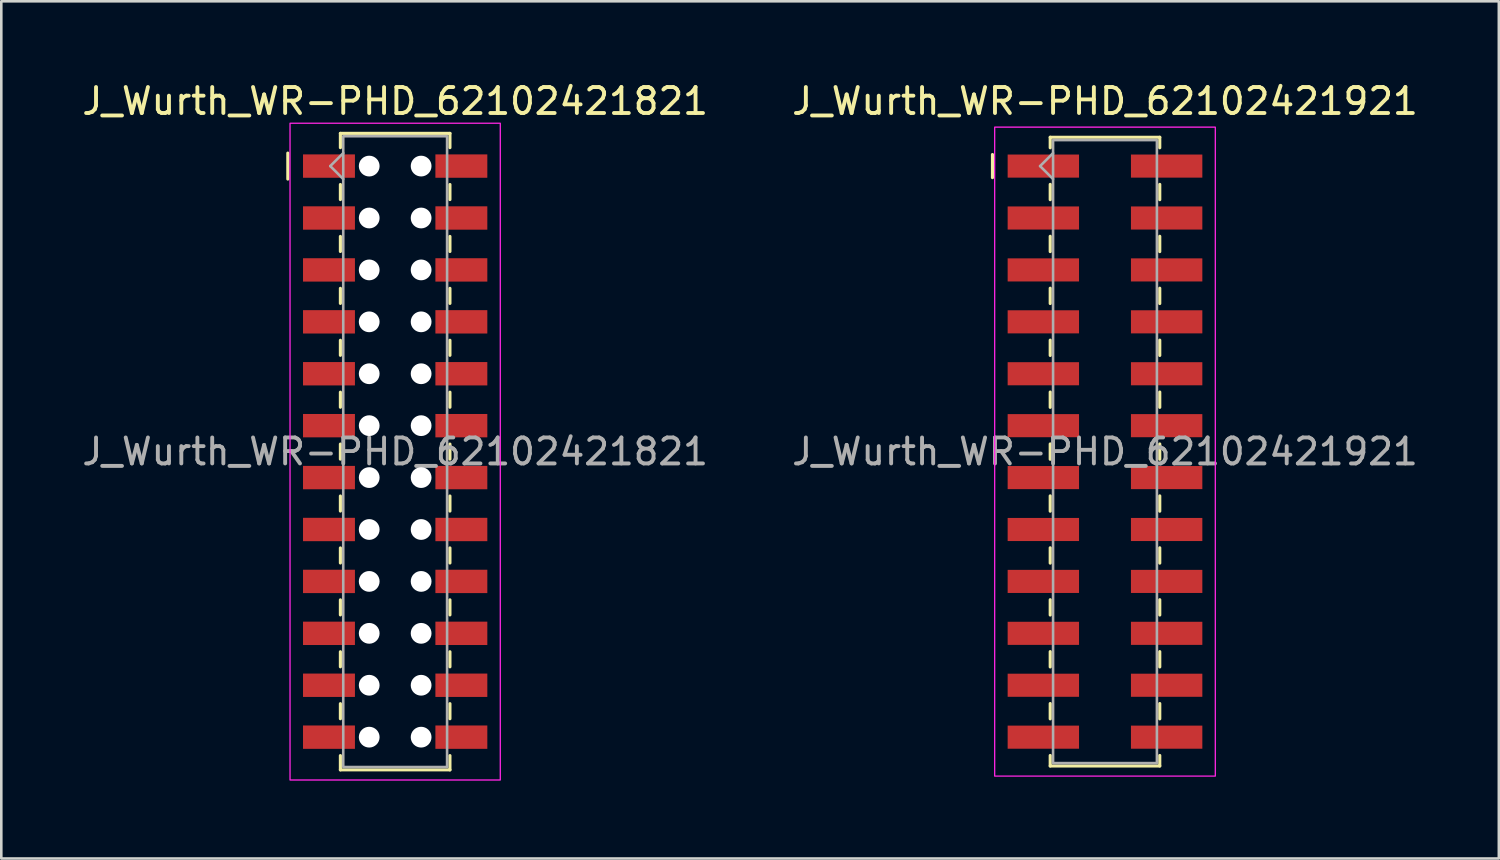
<source format=kicad_pcb>
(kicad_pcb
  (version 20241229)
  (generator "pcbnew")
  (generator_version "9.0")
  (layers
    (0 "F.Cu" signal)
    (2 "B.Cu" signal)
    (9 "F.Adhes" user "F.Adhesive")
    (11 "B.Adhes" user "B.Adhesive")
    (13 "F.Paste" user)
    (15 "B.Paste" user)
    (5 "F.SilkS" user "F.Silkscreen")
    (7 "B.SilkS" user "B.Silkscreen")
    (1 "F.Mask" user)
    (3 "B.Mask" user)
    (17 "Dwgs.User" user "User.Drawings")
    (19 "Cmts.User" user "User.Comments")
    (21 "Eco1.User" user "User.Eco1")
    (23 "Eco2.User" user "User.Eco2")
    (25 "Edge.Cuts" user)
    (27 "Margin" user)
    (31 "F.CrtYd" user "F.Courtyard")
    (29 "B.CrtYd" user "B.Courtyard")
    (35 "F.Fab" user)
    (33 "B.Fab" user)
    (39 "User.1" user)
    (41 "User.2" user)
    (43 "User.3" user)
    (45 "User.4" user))
  (footprint "J_Wurth_WR-PHD_62102421821"
    (layer "F.Cu")
    (at 12.173 14.348)
    (property "Reference" "J_Wurth_WR-PHD_62102421821" (at 0 -13.5 0) (unlocked yes) (layer "F.SilkS") (effects (font (size 1 1) (thickness 0.15))))
    (attr smd)
    (fp_line (start -4.135 -11.5) (end -4.135 -10.5) (stroke (width 0.12) (type solid)) (layer "F.SilkS"))
    (fp_line (start -2.11 -12.26) (end -2.11 -11.71) (stroke (width 0.12) (type solid)) (layer "F.SilkS"))
    (fp_line (start -2.11 -10.29) (end -2.11 -9.71) (stroke (width 0.12) (type solid)) (layer "F.SilkS"))
    (fp_line (start -2.11 -8.29) (end -2.11 -7.71) (stroke (width 0.12) (type solid)) (layer "F.SilkS"))
    (fp_line (start -2.11 -6.29) (end -2.11 -5.71) (stroke (width 0.12) (type solid)) (layer "F.SilkS"))
    (fp_line (start -2.11 -4.29) (end -2.11 -3.71) (stroke (width 0.12) (type solid)) (layer "F.SilkS"))
    (fp_line (start -2.11 -2.29) (end -2.11 -1.71) (stroke (width 0.12) (type solid)) (layer "F.SilkS"))
    (fp_line (start -2.11 -0.29) (end -2.11 0.29) (stroke (width 0.12) (type solid)) (layer "F.SilkS"))
    (fp_line (start -2.11 1.71) (end -2.11 2.29) (stroke (width 0.12) (type solid)) (layer "F.SilkS"))
    (fp_line (start -2.11 3.71) (end -2.11 4.29) (stroke (width 0.12) (type solid)) (layer "F.SilkS"))
    (fp_line (start -2.11 5.71) (end -2.11 6.29) (stroke (width 0.12) (type solid)) (layer "F.SilkS"))
    (fp_line (start -2.11 7.71) (end -2.11 8.29) (stroke (width 0.12) (type solid)) (layer "F.SilkS"))
    (fp_line (start -2.11 9.71) (end -2.11 10.29) (stroke (width 0.12) (type solid)) (layer "F.SilkS"))
    (fp_line (start -2.11 11.71) (end -2.11 12.26) (stroke (width 0.12) (type solid)) (layer "F.SilkS"))
    (fp_line (start -2.11 12.26) (end 2.11 12.26) (stroke (width 0.12) (type solid)) (layer "F.SilkS"))
    (fp_line (start 2.11 -12.26) (end -2.11 -12.26) (stroke (width 0.12) (type solid)) (layer "F.SilkS"))
    (fp_line (start 2.11 -12.26) (end 2.11 -11.71) (stroke (width 0.12) (type solid)) (layer "F.SilkS"))
    (fp_line (start 2.11 -10.29) (end 2.11 -9.71) (stroke (width 0.12) (type solid)) (layer "F.SilkS"))
    (fp_line (start 2.11 -8.29) (end 2.11 -7.71) (stroke (width 0.12) (type solid)) (layer "F.SilkS"))
    (fp_line (start 2.11 -6.29) (end 2.11 -5.71) (stroke (width 0.12) (type solid)) (layer "F.SilkS"))
    (fp_line (start 2.11 -4.29) (end 2.11 -3.71) (stroke (width 0.12) (type solid)) (layer "F.SilkS"))
    (fp_line (start 2.11 -2.29) (end 2.11 -1.71) (stroke (width 0.12) (type solid)) (layer "F.SilkS"))
    (fp_line (start 2.11 -0.29) (end 2.11 0.29) (stroke (width 0.12) (type solid)) (layer "F.SilkS"))
    (fp_line (start 2.11 1.71) (end 2.11 2.29) (stroke (width 0.12) (type solid)) (layer "F.SilkS"))
    (fp_line (start 2.11 3.71) (end 2.11 4.29) (stroke (width 0.12) (type solid)) (layer "F.SilkS"))
    (fp_line (start 2.11 5.71) (end 2.11 6.29) (stroke (width 0.12) (type solid)) (layer "F.SilkS"))
    (fp_line (start 2.11 7.71) (end 2.11 8.29) (stroke (width 0.12) (type solid)) (layer "F.SilkS"))
    (fp_line (start 2.11 9.71) (end 2.11 10.29) (stroke (width 0.12) (type solid)) (layer "F.SilkS"))
    (fp_line (start 2.11 11.71) (end 2.11 12.26) (stroke (width 0.12) (type solid)) (layer "F.SilkS"))
    (fp_rect (start -4.05 -12.65) (end 4.05 12.65) (stroke (width 0.05) (type solid)) (fill no) (layer "F.CrtYd"))
    (fp_line (start -2.5 -11) (end -2 -10.5) (stroke (width 0.1) (type default)) (layer "F.Fab"))
    (fp_line (start -2 -11.5) (end -2.5 -11) (stroke (width 0.1) (type default)) (layer "F.Fab"))
    (fp_rect (start -2 -12.15) (end 2 12.15) (stroke (width 0.1) (type solid)) (fill no) (layer "F.Fab"))
    (fp_text user "${REFERENCE}" (at 0 0 0) (unlocked yes) (layer "F.Fab") (effects (font (size 1 1) (thickness 0.15))))
    (pad "" np_thru_hole circle (at -1 -11 270) (size 0.8 0.8) (drill 0.8) (layers "*.Cu" "*.Mask"))
    (pad "" np_thru_hole circle (at -1 -9 270) (size 0.8 0.8) (drill 0.8) (layers "*.Cu" "*.Mask"))
    (pad "" np_thru_hole circle (at -1 -7 270) (size 0.8 0.8) (drill 0.8) (layers "*.Cu" "*.Mask"))
    (pad "" np_thru_hole circle (at -1 -5 270) (size 0.8 0.8) (drill 0.8) (layers "*.Cu" "*.Mask"))
    (pad "" np_thru_hole circle (at -1 -3 270) (size 0.8 0.8) (drill 0.8) (layers "*.Cu" "*.Mask"))
    (pad "" np_thru_hole circle (at -1 -1 270) (size 0.8 0.8) (drill 0.8) (layers "*.Cu" "*.Mask"))
    (pad "" np_thru_hole circle (at -1 1 270) (size 0.8 0.8) (drill 0.8) (layers "*.Cu" "*.Mask"))
    (pad "" np_thru_hole circle (at -1 3 270) (size 0.8 0.8) (drill 0.8) (layers "*.Cu" "*.Mask"))
    (pad "" np_thru_hole circle (at -1 5 270) (size 0.8 0.8) (drill 0.8) (layers "*.Cu" "*.Mask"))
    (pad "" np_thru_hole circle (at -1 7 270) (size 0.8 0.8) (drill 0.8) (layers "*.Cu" "*.Mask"))
    (pad "" np_thru_hole circle (at -1 9 270) (size 0.8 0.8) (drill 0.8) (layers "*.Cu" "*.Mask"))
    (pad "" np_thru_hole circle (at -1 11 270) (size 0.8 0.8) (drill 0.8) (layers "*.Cu" "*.Mask"))
    (pad "" np_thru_hole circle (at 1 -11 270) (size 0.8 0.8) (drill 0.8) (layers "*.Cu" "*.Mask"))
    (pad "" np_thru_hole circle (at 1 -9 270) (size 0.8 0.8) (drill 0.8) (layers "*.Cu" "*.Mask"))
    (pad "" np_thru_hole circle (at 1 -7 270) (size 0.8 0.8) (drill 0.8) (layers "*.Cu" "*.Mask"))
    (pad "" np_thru_hole circle (at 1 -5 270) (size 0.8 0.8) (drill 0.8) (layers "*.Cu" "*.Mask"))
    (pad "" np_thru_hole circle (at 1 -3 270) (size 0.8 0.8) (drill 0.8) (layers "*.Cu" "*.Mask"))
    (pad "" np_thru_hole circle (at 1 -1 270) (size 0.8 0.8) (drill 0.8) (layers "*.Cu" "*.Mask"))
    (pad "" np_thru_hole circle (at 1 1 270) (size 0.8 0.8) (drill 0.8) (layers "*.Cu" "*.Mask"))
    (pad "" np_thru_hole circle (at 1 3 270) (size 0.8 0.8) (drill 0.8) (layers "*.Cu" "*.Mask"))
    (pad "" np_thru_hole circle (at 1 5 270) (size 0.8 0.8) (drill 0.8) (layers "*.Cu" "*.Mask"))
    (pad "" np_thru_hole circle (at 1 7 270) (size 0.8 0.8) (drill 0.8) (layers "*.Cu" "*.Mask"))
    (pad "" np_thru_hole circle (at 1 9 270) (size 0.8 0.8) (drill 0.8) (layers "*.Cu" "*.Mask"))
    (pad "" np_thru_hole circle (at 1 11 270) (size 0.8 0.8) (drill 0.8) (layers "*.Cu" "*.Mask"))
    (pad "1" smd rect (at -2.55 -11 270) (size 0.9 2) (layers "F.Cu" "F.Mask" "F.Paste"))
    (pad "2" smd rect (at 2.55 -11 270) (size 0.9 2) (layers "F.Cu" "F.Mask" "F.Paste"))
    (pad "3" smd rect (at -2.55 -9 270) (size 0.9 2) (layers "F.Cu" "F.Mask" "F.Paste"))
    (pad "4" smd rect (at 2.55 -9 270) (size 0.9 2) (layers "F.Cu" "F.Mask" "F.Paste"))
    (pad "5" smd rect (at -2.55 -7 270) (size 0.9 2) (layers "F.Cu" "F.Mask" "F.Paste"))
    (pad "6" smd rect (at 2.55 -7 270) (size 0.9 2) (layers "F.Cu" "F.Mask" "F.Paste"))
    (pad "7" smd rect (at -2.55 -5 270) (size 0.9 2) (layers "F.Cu" "F.Mask" "F.Paste"))
    (pad "8" smd rect (at 2.55 -5 270) (size 0.9 2) (layers "F.Cu" "F.Mask" "F.Paste"))
    (pad "9" smd rect (at -2.55 -3 270) (size 0.9 2) (layers "F.Cu" "F.Mask" "F.Paste"))
    (pad "10" smd rect (at 2.55 -3 270) (size 0.9 2) (layers "F.Cu" "F.Mask" "F.Paste"))
    (pad "11" smd rect (at -2.55 -1 270) (size 0.9 2) (layers "F.Cu" "F.Mask" "F.Paste"))
    (pad "12" smd rect (at 2.55 -1 270) (size 0.9 2) (layers "F.Cu" "F.Mask" "F.Paste"))
    (pad "13" smd rect (at -2.55 1 270) (size 0.9 2) (layers "F.Cu" "F.Mask" "F.Paste"))
    (pad "14" smd rect (at 2.55 1 270) (size 0.9 2) (layers "F.Cu" "F.Mask" "F.Paste"))
    (pad "15" smd rect (at -2.55 3 270) (size 0.9 2) (layers "F.Cu" "F.Mask" "F.Paste"))
    (pad "16" smd rect (at 2.55 3 270) (size 0.9 2) (layers "F.Cu" "F.Mask" "F.Paste"))
    (pad "17" smd rect (at -2.55 5 270) (size 0.9 2) (layers "F.Cu" "F.Mask" "F.Paste"))
    (pad "18" smd rect (at 2.55 5 270) (size 0.9 2) (layers "F.Cu" "F.Mask" "F.Paste"))
    (pad "19" smd rect (at -2.55 7 270) (size 0.9 2) (layers "F.Cu" "F.Mask" "F.Paste"))
    (pad "20" smd rect (at 2.55 7 270) (size 0.9 2) (layers "F.Cu" "F.Mask" "F.Paste"))
    (pad "21" smd rect (at -2.55 9 270) (size 0.9 2) (layers "F.Cu" "F.Mask" "F.Paste"))
    (pad "22" smd rect (at 2.55 9 270) (size 0.9 2) (layers "F.Cu" "F.Mask" "F.Paste"))
    (pad "23" smd rect (at -2.55 11 270) (size 0.9 2) (layers "F.Cu" "F.Mask" "F.Paste"))
    (pad "24" smd rect (at 2.55 11 270) (size 0.9 2) (layers "F.Cu" "F.Mask" "F.Paste")))
  (footprint "J_Wurth_WR-PHD_62102421921"
    (layer "F.Cu")
    (at 39.518 14.348)
    (property "Reference" "J_Wurth_WR-PHD_62102421921" (at 0 -13.5 0) (unlocked yes) (layer "F.SilkS") (effects (font (size 1 1) (thickness 0.15))))
    (attr smd)
    (fp_line (start -4.335 -11.445) (end -4.335 -10.555) (stroke (width 0.12) (type solid)) (layer "F.SilkS"))
    (fp_line (start -2.11 -12.11) (end -2.11 -11.705) (stroke (width 0.12) (type solid)) (layer "F.SilkS"))
    (fp_line (start -2.11 -10.295) (end -2.11 -9.705) (stroke (width 0.12) (type solid)) (layer "F.SilkS"))
    (fp_line (start -2.11 -8.295) (end -2.11 -7.705) (stroke (width 0.12) (type solid)) (layer "F.SilkS"))
    (fp_line (start -2.11 -6.295) (end -2.11 -5.705) (stroke (width 0.12) (type solid)) (layer "F.SilkS"))
    (fp_line (start -2.11 -4.295) (end -2.11 -3.705) (stroke (width 0.12) (type solid)) (layer "F.SilkS"))
    (fp_line (start -2.11 -2.295) (end -2.11 -1.705) (stroke (width 0.12) (type solid)) (layer "F.SilkS"))
    (fp_line (start -2.11 -0.295) (end -2.11 0.295) (stroke (width 0.12) (type solid)) (layer "F.SilkS"))
    (fp_line (start -2.11 1.705) (end -2.11 2.295) (stroke (width 0.12) (type solid)) (layer "F.SilkS"))
    (fp_line (start -2.11 3.705) (end -2.11 4.295) (stroke (width 0.12) (type solid)) (layer "F.SilkS"))
    (fp_line (start -2.11 5.705) (end -2.11 6.295) (stroke (width 0.12) (type solid)) (layer "F.SilkS"))
    (fp_line (start -2.11 7.705) (end -2.11 8.295) (stroke (width 0.12) (type solid)) (layer "F.SilkS"))
    (fp_line (start -2.11 9.705) (end -2.11 10.295) (stroke (width 0.12) (type solid)) (layer "F.SilkS"))
    (fp_line (start -2.11 11.705) (end -2.11 12.11) (stroke (width 0.12) (type solid)) (layer "F.SilkS"))
    (fp_line (start 2.11 -12.11) (end -2.11 -12.11) (stroke (width 0.12) (type solid)) (layer "F.SilkS"))
    (fp_line (start 2.11 -12.11) (end 2.11 -11.705) (stroke (width 0.12) (type solid)) (layer "F.SilkS"))
    (fp_line (start 2.11 -10.295) (end 2.11 -9.705) (stroke (width 0.12) (type solid)) (layer "F.SilkS"))
    (fp_line (start 2.11 -8.295) (end 2.11 -7.705) (stroke (width 0.12) (type solid)) (layer "F.SilkS"))
    (fp_line (start 2.11 -6.295) (end 2.11 -5.705) (stroke (width 0.12) (type solid)) (layer "F.SilkS"))
    (fp_line (start 2.11 -4.295) (end 2.11 -3.705) (stroke (width 0.12) (type solid)) (layer "F.SilkS"))
    (fp_line (start 2.11 -2.295) (end 2.11 -1.705) (stroke (width 0.12) (type solid)) (layer "F.SilkS"))
    (fp_line (start 2.11 -0.295) (end 2.11 0.295) (stroke (width 0.12) (type solid)) (layer "F.SilkS"))
    (fp_line (start 2.11 1.705) (end 2.11 2.295) (stroke (width 0.12) (type solid)) (layer "F.SilkS"))
    (fp_line (start 2.11 3.705) (end 2.11 4.295) (stroke (width 0.12) (type solid)) (layer "F.SilkS"))
    (fp_line (start 2.11 5.705) (end 2.11 6.295) (stroke (width 0.12) (type solid)) (layer "F.SilkS"))
    (fp_line (start 2.11 7.705) (end 2.11 8.295) (stroke (width 0.12) (type solid)) (layer "F.SilkS"))
    (fp_line (start 2.11 9.705) (end 2.11 10.295) (stroke (width 0.12) (type solid)) (layer "F.SilkS"))
    (fp_line (start 2.11 11.705) (end 2.11 12.11) (stroke (width 0.12) (type solid)) (layer "F.SilkS"))
    (fp_line (start 2.11 12.11) (end -2.11 12.11) (stroke (width 0.12) (type solid)) (layer "F.SilkS"))
    (fp_rect (start -4.25 -12.5) (end 4.25 12.5) (stroke (width 0.05) (type solid)) (fill no) (layer "F.CrtYd"))
    (fp_line (start -2.5 -11) (end -2 -10.5) (stroke (width 0.1) (type default)) (layer "F.Fab"))
    (fp_line (start -2 -11.5) (end -2.5 -11) (stroke (width 0.1) (type default)) (layer "F.Fab"))
    (fp_rect (start -2 -12) (end 2 12) (stroke (width 0.1) (type solid)) (fill no) (layer "F.Fab"))
    (fp_text user "${REFERENCE}" (at 0 0 0) (unlocked yes) (layer "F.Fab") (effects (font (size 1 1) (thickness 0.15))))
    (pad "1" smd rect (at -2.375 -11 270) (size 0.89 2.75) (layers "F.Cu" "F.Mask" "F.Paste"))
    (pad "2" smd rect (at 2.375 -11 270) (size 0.89 2.75) (layers "F.Cu" "F.Mask" "F.Paste"))
    (pad "3" smd rect (at -2.375 -9 270) (size 0.89 2.75) (layers "F.Cu" "F.Mask" "F.Paste"))
    (pad "4" smd rect (at 2.375 -9 270) (size 0.89 2.75) (layers "F.Cu" "F.Mask" "F.Paste"))
    (pad "5" smd rect (at -2.375 -7 270) (size 0.89 2.75) (layers "F.Cu" "F.Mask" "F.Paste"))
    (pad "6" smd rect (at 2.375 -7 270) (size 0.89 2.75) (layers "F.Cu" "F.Mask" "F.Paste"))
    (pad "7" smd rect (at -2.375 -5 270) (size 0.89 2.75) (layers "F.Cu" "F.Mask" "F.Paste"))
    (pad "8" smd rect (at 2.375 -5 270) (size 0.89 2.75) (layers "F.Cu" "F.Mask" "F.Paste"))
    (pad "9" smd rect (at -2.375 -3 270) (size 0.89 2.75) (layers "F.Cu" "F.Mask" "F.Paste"))
    (pad "10" smd rect (at 2.375 -3 270) (size 0.89 2.75) (layers "F.Cu" "F.Mask" "F.Paste"))
    (pad "11" smd rect (at -2.375 -1 270) (size 0.89 2.75) (layers "F.Cu" "F.Mask" "F.Paste"))
    (pad "12" smd rect (at 2.375 -1 270) (size 0.89 2.75) (layers "F.Cu" "F.Mask" "F.Paste"))
    (pad "13" smd rect (at -2.375 1 270) (size 0.89 2.75) (layers "F.Cu" "F.Mask" "F.Paste"))
    (pad "14" smd rect (at 2.375 1 270) (size 0.89 2.75) (layers "F.Cu" "F.Mask" "F.Paste"))
    (pad "15" smd rect (at -2.375 3 270) (size 0.89 2.75) (layers "F.Cu" "F.Mask" "F.Paste"))
    (pad "16" smd rect (at 2.375 3 270) (size 0.89 2.75) (layers "F.Cu" "F.Mask" "F.Paste"))
    (pad "17" smd rect (at -2.375 5 270) (size 0.89 2.75) (layers "F.Cu" "F.Mask" "F.Paste"))
    (pad "18" smd rect (at 2.375 5 270) (size 0.89 2.75) (layers "F.Cu" "F.Mask" "F.Paste"))
    (pad "19" smd rect (at -2.375 7 270) (size 0.89 2.75) (layers "F.Cu" "F.Mask" "F.Paste"))
    (pad "20" smd rect (at 2.375 7 270) (size 0.89 2.75) (layers "F.Cu" "F.Mask" "F.Paste"))
    (pad "21" smd rect (at -2.375 9 270) (size 0.89 2.75) (layers "F.Cu" "F.Mask" "F.Paste"))
    (pad "22" smd rect (at 2.375 9 270) (size 0.89 2.75) (layers "F.Cu" "F.Mask" "F.Paste"))
    (pad "23" smd rect (at -2.375 11 270) (size 0.89 2.75) (layers "F.Cu" "F.Mask" "F.Paste"))
    (pad "24" smd rect (at 2.375 11 270) (size 0.89 2.75) (layers "F.Cu" "F.Mask" "F.Paste")))
  (gr_rect
    (start -3 -3)
    (end 54.69 30.023)
    (stroke (width 0.1) (type default))
    (fill no)
    (layer "Edge.Cuts")))
</source>
